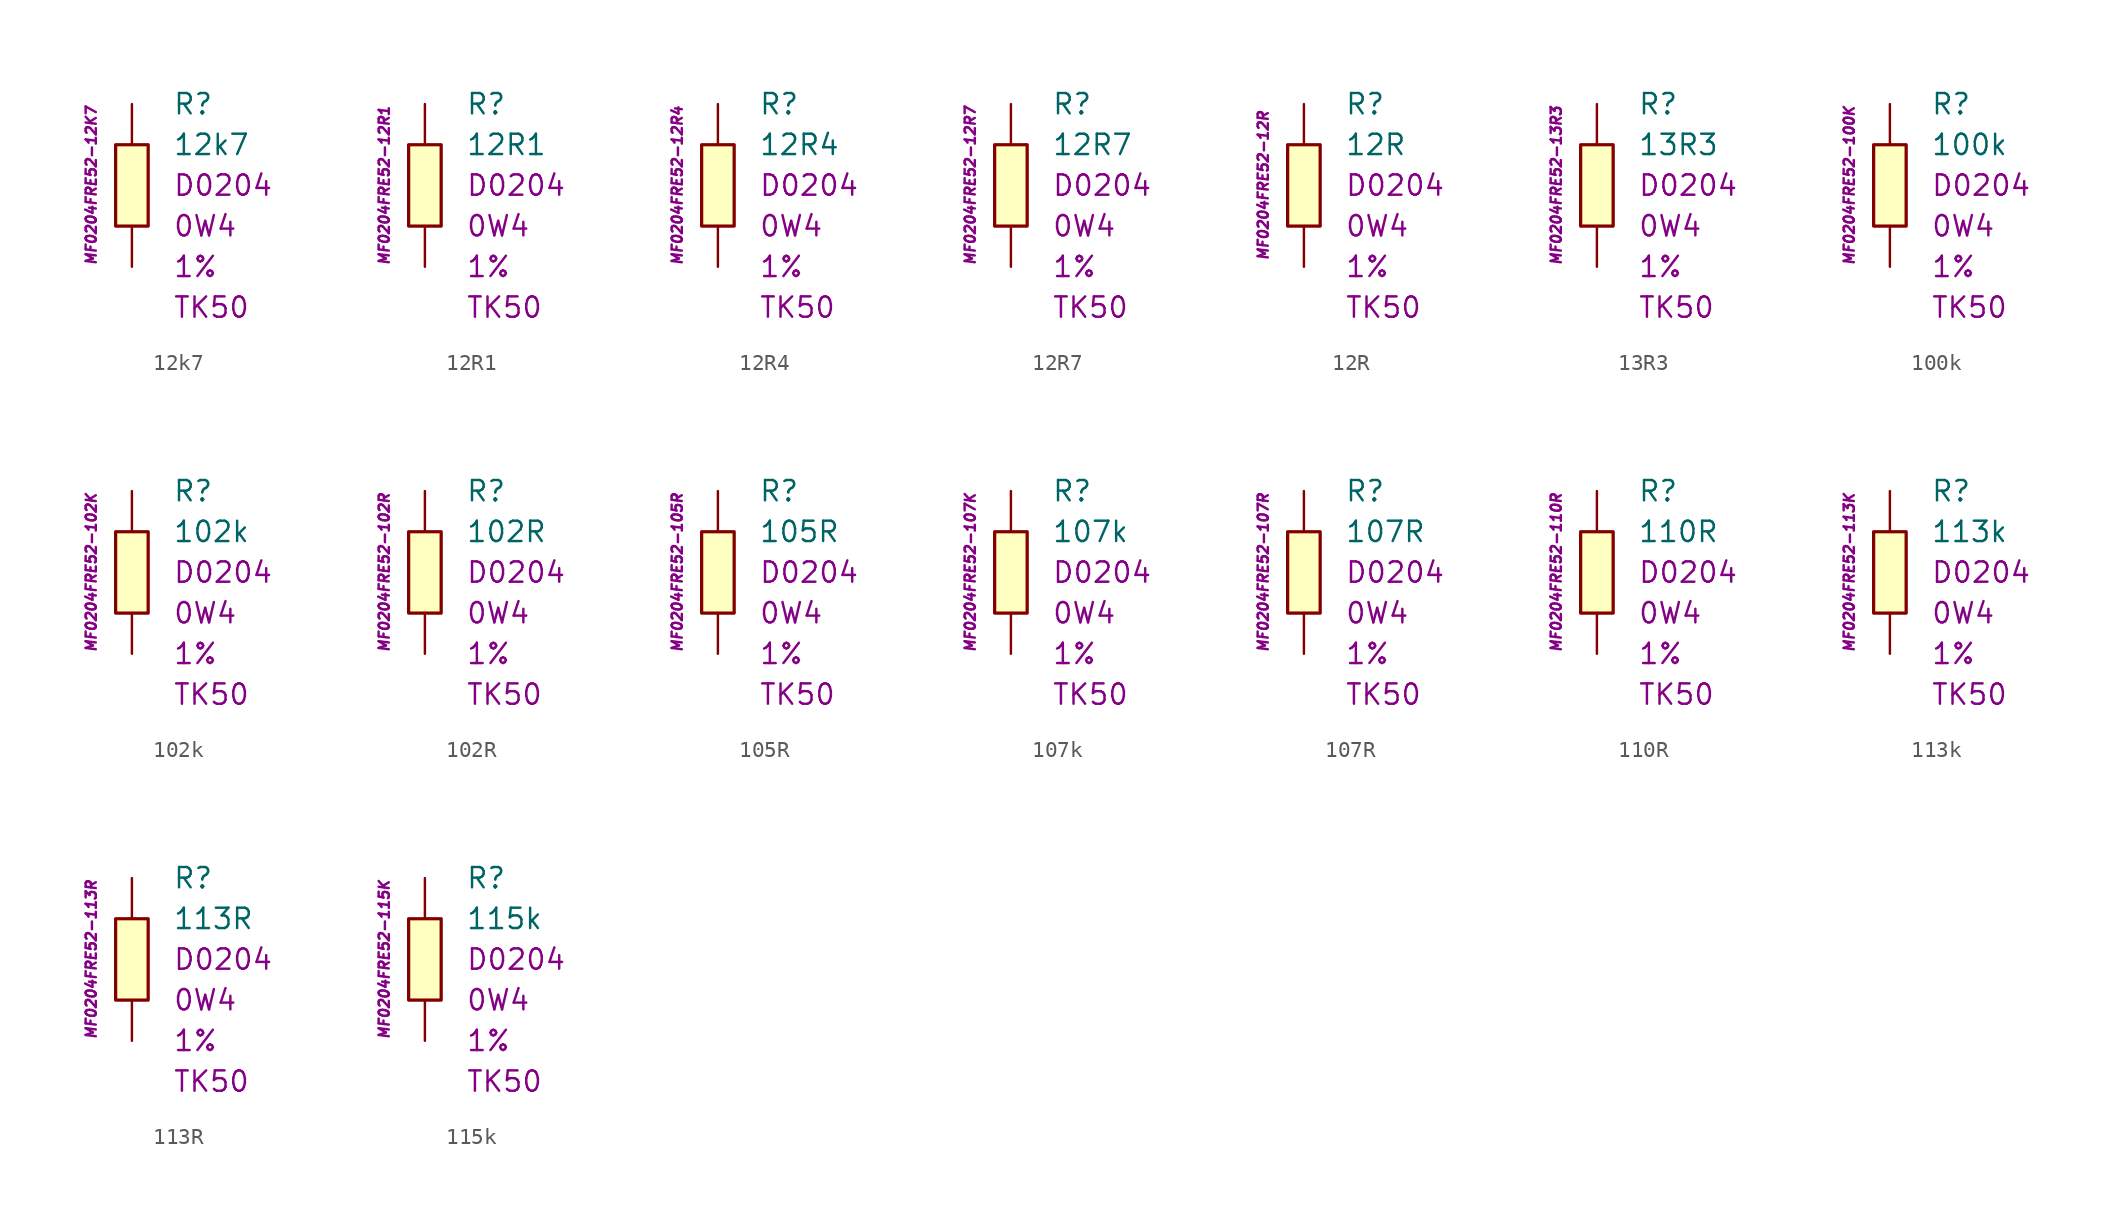
<source format=kicad_sym>
(kicad_symbol_lib
  (version 20201005)
  (generator kicad_symbol_editor)
  (symbol "12k7"
    (pin_numbers hide)
    (pin_names
      (offset 1.016) hide)
    (property "Reference" "R"
      (at 2.54 5.08 0)
      (effects (font (size 1.27 1.27)) (justify left)))
    (property "Value" "12k7"
      (at 2.54 2.54 0)
      (effects (font (size 1.27 1.27)) (justify left)))
    (property "Package" "D0204"
      (at 2.54 0 0)
      (effects (font (size 1.27 1.27)) (justify left)))
    (property "Power" "0W4"
      (at 2.54 -2.54 0)
      (effects (font (size 1.27 1.27)) (justify left)))
    (property "Tolerance" "1%"
      (at 2.54 -5.08 0)
      (effects (font (size 1.27 1.27)) (justify left)))
    (property "TK" "TK50"
      (at 2.54 -7.62 0)
      (effects (font (size 1.27 1.27)) (justify left)))
    (property "ID" "MF0204FRE52-12K7"
      (at -2.54 0 90)
      (effects (font (size 0.635 0.635) italic)))
    (symbol "12k7_0_1"
      (rectangle (start -1.016 2.54) (end 1.016 -2.54) (stroke (width 0.203)) (fill (type background))))
    (symbol "12k7_1_1"
      (pin passive line (at 0 5.08 270) (length 2.54) (name "~" (effects (font (size 1.778 1.778)))) (number "1" (effects (font (size 1.778 1.778)))))
      (pin passive line (at 0 -5.08 90) (length 2.54) (name "~" (effects (font (size 1.778 1.778)))) (number "2" (effects (font (size 1.778 1.778)))))))
  (symbol "12R1"
    (pin_numbers hide)
    (pin_names
      (offset 1.016) hide)
    (property "Reference" "R"
      (at 2.54 5.08 0)
      (effects (font (size 1.27 1.27)) (justify left)))
    (property "Value" "12R1"
      (at 2.54 2.54 0)
      (effects (font (size 1.27 1.27)) (justify left)))
    (property "Package" "D0204"
      (at 2.54 0 0)
      (effects (font (size 1.27 1.27)) (justify left)))
    (property "Power" "0W4"
      (at 2.54 -2.54 0)
      (effects (font (size 1.27 1.27)) (justify left)))
    (property "Tolerance" "1%"
      (at 2.54 -5.08 0)
      (effects (font (size 1.27 1.27)) (justify left)))
    (property "TK" "TK50"
      (at 2.54 -7.62 0)
      (effects (font (size 1.27 1.27)) (justify left)))
    (property "ID" "MF0204FRE52-12R1"
      (at -2.54 0 90)
      (effects (font (size 0.635 0.635) italic)))
    (symbol "12R1_0_1"
      (rectangle (start -1.016 2.54) (end 1.016 -2.54) (stroke (width 0.203)) (fill (type background))))
    (symbol "12R1_1_1"
      (pin passive line (at 0 5.08 270) (length 2.54) (name "~" (effects (font (size 1.778 1.778)))) (number "1" (effects (font (size 1.778 1.778)))))
      (pin passive line (at 0 -5.08 90) (length 2.54) (name "~" (effects (font (size 1.778 1.778)))) (number "2" (effects (font (size 1.778 1.778)))))))
  (symbol "12R4"
    (pin_numbers hide)
    (pin_names
      (offset 1.016) hide)
    (property "Reference" "R"
      (at 2.54 5.08 0)
      (effects (font (size 1.27 1.27)) (justify left)))
    (property "Value" "12R4"
      (at 2.54 2.54 0)
      (effects (font (size 1.27 1.27)) (justify left)))
    (property "Package" "D0204"
      (at 2.54 0 0)
      (effects (font (size 1.27 1.27)) (justify left)))
    (property "Power" "0W4"
      (at 2.54 -2.54 0)
      (effects (font (size 1.27 1.27)) (justify left)))
    (property "Tolerance" "1%"
      (at 2.54 -5.08 0)
      (effects (font (size 1.27 1.27)) (justify left)))
    (property "TK" "TK50"
      (at 2.54 -7.62 0)
      (effects (font (size 1.27 1.27)) (justify left)))
    (property "ID" "MF0204FRE52-12R4"
      (at -2.54 0 90)
      (effects (font (size 0.635 0.635) italic)))
    (symbol "12R4_0_1"
      (rectangle (start -1.016 2.54) (end 1.016 -2.54) (stroke (width 0.203)) (fill (type background))))
    (symbol "12R4_1_1"
      (pin passive line (at 0 5.08 270) (length 2.54) (name "~" (effects (font (size 1.778 1.778)))) (number "1" (effects (font (size 1.778 1.778)))))
      (pin passive line (at 0 -5.08 90) (length 2.54) (name "~" (effects (font (size 1.778 1.778)))) (number "2" (effects (font (size 1.778 1.778)))))))
  (symbol "12R7"
    (pin_numbers hide)
    (pin_names
      (offset 1.016) hide)
    (property "Reference" "R"
      (at 2.54 5.08 0)
      (effects (font (size 1.27 1.27)) (justify left)))
    (property "Value" "12R7"
      (at 2.54 2.54 0)
      (effects (font (size 1.27 1.27)) (justify left)))
    (property "Package" "D0204"
      (at 2.54 0 0)
      (effects (font (size 1.27 1.27)) (justify left)))
    (property "Power" "0W4"
      (at 2.54 -2.54 0)
      (effects (font (size 1.27 1.27)) (justify left)))
    (property "Tolerance" "1%"
      (at 2.54 -5.08 0)
      (effects (font (size 1.27 1.27)) (justify left)))
    (property "TK" "TK50"
      (at 2.54 -7.62 0)
      (effects (font (size 1.27 1.27)) (justify left)))
    (property "ID" "MF0204FRE52-12R7"
      (at -2.54 0 90)
      (effects (font (size 0.635 0.635) italic)))
    (symbol "12R7_0_1"
      (rectangle (start -1.016 2.54) (end 1.016 -2.54) (stroke (width 0.203)) (fill (type background))))
    (symbol "12R7_1_1"
      (pin passive line (at 0 5.08 270) (length 2.54) (name "~" (effects (font (size 1.778 1.778)))) (number "1" (effects (font (size 1.778 1.778)))))
      (pin passive line (at 0 -5.08 90) (length 2.54) (name "~" (effects (font (size 1.778 1.778)))) (number "2" (effects (font (size 1.778 1.778)))))))
  (symbol "12R"
    (pin_numbers hide)
    (pin_names
      (offset 1.016) hide)
    (property "Reference" "R"
      (at 2.54 5.08 0)
      (effects (font (size 1.27 1.27)) (justify left)))
    (property "Value" "12R"
      (at 2.54 2.54 0)
      (effects (font (size 1.27 1.27)) (justify left)))
    (property "Package" "D0204"
      (at 2.54 0 0)
      (effects (font (size 1.27 1.27)) (justify left)))
    (property "Power" "0W4"
      (at 2.54 -2.54 0)
      (effects (font (size 1.27 1.27)) (justify left)))
    (property "Tolerance" "1%"
      (at 2.54 -5.08 0)
      (effects (font (size 1.27 1.27)) (justify left)))
    (property "TK" "TK50"
      (at 2.54 -7.62 0)
      (effects (font (size 1.27 1.27)) (justify left)))
    (property "ID" "MF0204FRE52-12R"
      (at -2.54 0 90)
      (effects (font (size 0.635 0.635) italic)))
    (symbol "12R_0_1"
      (rectangle (start -1.016 2.54) (end 1.016 -2.54) (stroke (width 0.203)) (fill (type background))))
    (symbol "12R_1_1"
      (pin passive line (at 0 5.08 270) (length 2.54) (name "~" (effects (font (size 1.778 1.778)))) (number "1" (effects (font (size 1.778 1.778)))))
      (pin passive line (at 0 -5.08 90) (length 2.54) (name "~" (effects (font (size 1.778 1.778)))) (number "2" (effects (font (size 1.778 1.778)))))))
  (symbol "13R3"
    (pin_numbers hide)
    (pin_names
      (offset 1.016) hide)
    (property "Reference" "R"
      (at 2.54 5.08 0)
      (effects (font (size 1.27 1.27)) (justify left)))
    (property "Value" "13R3"
      (at 2.54 2.54 0)
      (effects (font (size 1.27 1.27)) (justify left)))
    (property "Package" "D0204"
      (at 2.54 0 0)
      (effects (font (size 1.27 1.27)) (justify left)))
    (property "Power" "0W4"
      (at 2.54 -2.54 0)
      (effects (font (size 1.27 1.27)) (justify left)))
    (property "Tolerance" "1%"
      (at 2.54 -5.08 0)
      (effects (font (size 1.27 1.27)) (justify left)))
    (property "TK" "TK50"
      (at 2.54 -7.62 0)
      (effects (font (size 1.27 1.27)) (justify left)))
    (property "ID" "MF0204FRE52-13R3"
      (at -2.54 0 90)
      (effects (font (size 0.635 0.635) italic)))
    (symbol "13R3_0_1"
      (rectangle (start -1.016 2.54) (end 1.016 -2.54) (stroke (width 0.203)) (fill (type background))))
    (symbol "13R3_1_1"
      (pin passive line (at 0 5.08 270) (length 2.54) (name "~" (effects (font (size 1.778 1.778)))) (number "1" (effects (font (size 1.778 1.778)))))
      (pin passive line (at 0 -5.08 90) (length 2.54) (name "~" (effects (font (size 1.778 1.778)))) (number "2" (effects (font (size 1.778 1.778)))))))
  (symbol "100k"
    (pin_numbers hide)
    (pin_names
      (offset 1.016) hide)
    (property "Reference" "R"
      (at 2.54 5.08 0)
      (effects (font (size 1.27 1.27)) (justify left)))
    (property "Value" "100k"
      (at 2.54 2.54 0)
      (effects (font (size 1.27 1.27)) (justify left)))
    (property "Package" "D0204"
      (at 2.54 0 0)
      (effects (font (size 1.27 1.27)) (justify left)))
    (property "Power" "0W4"
      (at 2.54 -2.54 0)
      (effects (font (size 1.27 1.27)) (justify left)))
    (property "Tolerance" "1%"
      (at 2.54 -5.08 0)
      (effects (font (size 1.27 1.27)) (justify left)))
    (property "TK" "TK50"
      (at 2.54 -7.62 0)
      (effects (font (size 1.27 1.27)) (justify left)))
    (property "ID" "MF0204FRE52-100K"
      (at -2.54 0 90)
      (effects (font (size 0.635 0.635) italic)))
    (symbol "100k_0_1"
      (rectangle (start -1.016 2.54) (end 1.016 -2.54) (stroke (width 0.203)) (fill (type background))))
    (symbol "100k_1_1"
      (pin passive line (at 0 5.08 270) (length 2.54) (name "~" (effects (font (size 1.778 1.778)))) (number "1" (effects (font (size 1.778 1.778)))))
      (pin passive line (at 0 -5.08 90) (length 2.54) (name "~" (effects (font (size 1.778 1.778)))) (number "2" (effects (font (size 1.778 1.778)))))))
  (symbol "102k"
    (pin_numbers hide)
    (pin_names
      (offset 1.016) hide)
    (property "Reference" "R"
      (at 2.54 5.08 0)
      (effects (font (size 1.27 1.27)) (justify left)))
    (property "Value" "102k"
      (at 2.54 2.54 0)
      (effects (font (size 1.27 1.27)) (justify left)))
    (property "Package" "D0204"
      (at 2.54 0 0)
      (effects (font (size 1.27 1.27)) (justify left)))
    (property "Power" "0W4"
      (at 2.54 -2.54 0)
      (effects (font (size 1.27 1.27)) (justify left)))
    (property "Tolerance" "1%"
      (at 2.54 -5.08 0)
      (effects (font (size 1.27 1.27)) (justify left)))
    (property "TK" "TK50"
      (at 2.54 -7.62 0)
      (effects (font (size 1.27 1.27)) (justify left)))
    (property "ID" "MF0204FRE52-102K"
      (at -2.54 0 90)
      (effects (font (size 0.635 0.635) italic)))
    (symbol "102k_0_1"
      (rectangle (start -1.016 2.54) (end 1.016 -2.54) (stroke (width 0.203)) (fill (type background))))
    (symbol "102k_1_1"
      (pin passive line (at 0 5.08 270) (length 2.54) (name "~" (effects (font (size 1.778 1.778)))) (number "1" (effects (font (size 1.778 1.778)))))
      (pin passive line (at 0 -5.08 90) (length 2.54) (name "~" (effects (font (size 1.778 1.778)))) (number "2" (effects (font (size 1.778 1.778)))))))
  (symbol "102R"
    (pin_numbers hide)
    (pin_names
      (offset 1.016) hide)
    (property "Reference" "R"
      (at 2.54 5.08 0)
      (effects (font (size 1.27 1.27)) (justify left)))
    (property "Value" "102R"
      (at 2.54 2.54 0)
      (effects (font (size 1.27 1.27)) (justify left)))
    (property "Package" "D0204"
      (at 2.54 0 0)
      (effects (font (size 1.27 1.27)) (justify left)))
    (property "Power" "0W4"
      (at 2.54 -2.54 0)
      (effects (font (size 1.27 1.27)) (justify left)))
    (property "Tolerance" "1%"
      (at 2.54 -5.08 0)
      (effects (font (size 1.27 1.27)) (justify left)))
    (property "TK" "TK50"
      (at 2.54 -7.62 0)
      (effects (font (size 1.27 1.27)) (justify left)))
    (property "ID" "MF0204FRE52-102R"
      (at -2.54 0 90)
      (effects (font (size 0.635 0.635) italic)))
    (symbol "102R_0_1"
      (rectangle (start -1.016 2.54) (end 1.016 -2.54) (stroke (width 0.203)) (fill (type background))))
    (symbol "102R_1_1"
      (pin passive line (at 0 5.08 270) (length 2.54) (name "~" (effects (font (size 1.778 1.778)))) (number "1" (effects (font (size 1.778 1.778)))))
      (pin passive line (at 0 -5.08 90) (length 2.54) (name "~" (effects (font (size 1.778 1.778)))) (number "2" (effects (font (size 1.778 1.778)))))))
  (symbol "105R"
    (pin_numbers hide)
    (pin_names
      (offset 1.016) hide)
    (property "Reference" "R"
      (at 2.54 5.08 0)
      (effects (font (size 1.27 1.27)) (justify left)))
    (property "Value" "105R"
      (at 2.54 2.54 0)
      (effects (font (size 1.27 1.27)) (justify left)))
    (property "Package" "D0204"
      (at 2.54 0 0)
      (effects (font (size 1.27 1.27)) (justify left)))
    (property "Power" "0W4"
      (at 2.54 -2.54 0)
      (effects (font (size 1.27 1.27)) (justify left)))
    (property "Tolerance" "1%"
      (at 2.54 -5.08 0)
      (effects (font (size 1.27 1.27)) (justify left)))
    (property "TK" "TK50"
      (at 2.54 -7.62 0)
      (effects (font (size 1.27 1.27)) (justify left)))
    (property "ID" "MF0204FRE52-105R"
      (at -2.54 0 90)
      (effects (font (size 0.635 0.635) italic)))
    (symbol "105R_0_1"
      (rectangle (start -1.016 2.54) (end 1.016 -2.54) (stroke (width 0.203)) (fill (type background))))
    (symbol "105R_1_1"
      (pin passive line (at 0 5.08 270) (length 2.54) (name "~" (effects (font (size 1.778 1.778)))) (number "1" (effects (font (size 1.778 1.778)))))
      (pin passive line (at 0 -5.08 90) (length 2.54) (name "~" (effects (font (size 1.778 1.778)))) (number "2" (effects (font (size 1.778 1.778)))))))
  (symbol "107k"
    (pin_numbers hide)
    (pin_names
      (offset 1.016) hide)
    (property "Reference" "R"
      (at 2.54 5.08 0)
      (effects (font (size 1.27 1.27)) (justify left)))
    (property "Value" "107k"
      (at 2.54 2.54 0)
      (effects (font (size 1.27 1.27)) (justify left)))
    (property "Package" "D0204"
      (at 2.54 0 0)
      (effects (font (size 1.27 1.27)) (justify left)))
    (property "Power" "0W4"
      (at 2.54 -2.54 0)
      (effects (font (size 1.27 1.27)) (justify left)))
    (property "Tolerance" "1%"
      (at 2.54 -5.08 0)
      (effects (font (size 1.27 1.27)) (justify left)))
    (property "TK" "TK50"
      (at 2.54 -7.62 0)
      (effects (font (size 1.27 1.27)) (justify left)))
    (property "ID" "MF0204FRE52-107K"
      (at -2.54 0 90)
      (effects (font (size 0.635 0.635) italic)))
    (symbol "107k_0_1"
      (rectangle (start -1.016 2.54) (end 1.016 -2.54) (stroke (width 0.203)) (fill (type background))))
    (symbol "107k_1_1"
      (pin passive line (at 0 5.08 270) (length 2.54) (name "~" (effects (font (size 1.778 1.778)))) (number "1" (effects (font (size 1.778 1.778)))))
      (pin passive line (at 0 -5.08 90) (length 2.54) (name "~" (effects (font (size 1.778 1.778)))) (number "2" (effects (font (size 1.778 1.778)))))))
  (symbol "107R"
    (pin_numbers hide)
    (pin_names
      (offset 1.016) hide)
    (property "Reference" "R"
      (at 2.54 5.08 0)
      (effects (font (size 1.27 1.27)) (justify left)))
    (property "Value" "107R"
      (at 2.54 2.54 0)
      (effects (font (size 1.27 1.27)) (justify left)))
    (property "Package" "D0204"
      (at 2.54 0 0)
      (effects (font (size 1.27 1.27)) (justify left)))
    (property "Power" "0W4"
      (at 2.54 -2.54 0)
      (effects (font (size 1.27 1.27)) (justify left)))
    (property "Tolerance" "1%"
      (at 2.54 -5.08 0)
      (effects (font (size 1.27 1.27)) (justify left)))
    (property "TK" "TK50"
      (at 2.54 -7.62 0)
      (effects (font (size 1.27 1.27)) (justify left)))
    (property "ID" "MF0204FRE52-107R"
      (at -2.54 0 90)
      (effects (font (size 0.635 0.635) italic)))
    (symbol "107R_0_1"
      (rectangle (start -1.016 2.54) (end 1.016 -2.54) (stroke (width 0.203)) (fill (type background))))
    (symbol "107R_1_1"
      (pin passive line (at 0 5.08 270) (length 2.54) (name "~" (effects (font (size 1.778 1.778)))) (number "1" (effects (font (size 1.778 1.778)))))
      (pin passive line (at 0 -5.08 90) (length 2.54) (name "~" (effects (font (size 1.778 1.778)))) (number "2" (effects (font (size 1.778 1.778)))))))
  (symbol "110R"
    (pin_numbers hide)
    (pin_names
      (offset 1.016) hide)
    (property "Reference" "R"
      (at 2.54 5.08 0)
      (effects (font (size 1.27 1.27)) (justify left)))
    (property "Value" "110R"
      (at 2.54 2.54 0)
      (effects (font (size 1.27 1.27)) (justify left)))
    (property "Package" "D0204"
      (at 2.54 0 0)
      (effects (font (size 1.27 1.27)) (justify left)))
    (property "Power" "0W4"
      (at 2.54 -2.54 0)
      (effects (font (size 1.27 1.27)) (justify left)))
    (property "Tolerance" "1%"
      (at 2.54 -5.08 0)
      (effects (font (size 1.27 1.27)) (justify left)))
    (property "TK" "TK50"
      (at 2.54 -7.62 0)
      (effects (font (size 1.27 1.27)) (justify left)))
    (property "ID" "MF0204FRE52-110R"
      (at -2.54 0 90)
      (effects (font (size 0.635 0.635) italic)))
    (symbol "110R_0_1"
      (rectangle (start -1.016 2.54) (end 1.016 -2.54) (stroke (width 0.203)) (fill (type background))))
    (symbol "110R_1_1"
      (pin passive line (at 0 5.08 270) (length 2.54) (name "~" (effects (font (size 1.778 1.778)))) (number "1" (effects (font (size 1.778 1.778)))))
      (pin passive line (at 0 -5.08 90) (length 2.54) (name "~" (effects (font (size 1.778 1.778)))) (number "2" (effects (font (size 1.778 1.778)))))))
  (symbol "113k"
    (pin_numbers hide)
    (pin_names
      (offset 1.016) hide)
    (property "Reference" "R"
      (at 2.54 5.08 0)
      (effects (font (size 1.27 1.27)) (justify left)))
    (property "Value" "113k"
      (at 2.54 2.54 0)
      (effects (font (size 1.27 1.27)) (justify left)))
    (property "Package" "D0204"
      (at 2.54 0 0)
      (effects (font (size 1.27 1.27)) (justify left)))
    (property "Power" "0W4"
      (at 2.54 -2.54 0)
      (effects (font (size 1.27 1.27)) (justify left)))
    (property "Tolerance" "1%"
      (at 2.54 -5.08 0)
      (effects (font (size 1.27 1.27)) (justify left)))
    (property "TK" "TK50"
      (at 2.54 -7.62 0)
      (effects (font (size 1.27 1.27)) (justify left)))
    (property "ID" "MF0204FRE52-113K"
      (at -2.54 0 90)
      (effects (font (size 0.635 0.635) italic)))
    (symbol "113k_0_1"
      (rectangle (start -1.016 2.54) (end 1.016 -2.54) (stroke (width 0.203)) (fill (type background))))
    (symbol "113k_1_1"
      (pin passive line (at 0 5.08 270) (length 2.54) (name "~" (effects (font (size 1.778 1.778)))) (number "1" (effects (font (size 1.778 1.778)))))
      (pin passive line (at 0 -5.08 90) (length 2.54) (name "~" (effects (font (size 1.778 1.778)))) (number "2" (effects (font (size 1.778 1.778)))))))
  (symbol "113R"
    (pin_numbers hide)
    (pin_names
      (offset 1.016) hide)
    (property "Reference" "R"
      (at 2.54 5.08 0)
      (effects (font (size 1.27 1.27)) (justify left)))
    (property "Value" "113R"
      (at 2.54 2.54 0)
      (effects (font (size 1.27 1.27)) (justify left)))
    (property "Package" "D0204"
      (at 2.54 0 0)
      (effects (font (size 1.27 1.27)) (justify left)))
    (property "Power" "0W4"
      (at 2.54 -2.54 0)
      (effects (font (size 1.27 1.27)) (justify left)))
    (property "Tolerance" "1%"
      (at 2.54 -5.08 0)
      (effects (font (size 1.27 1.27)) (justify left)))
    (property "TK" "TK50"
      (at 2.54 -7.62 0)
      (effects (font (size 1.27 1.27)) (justify left)))
    (property "ID" "MF0204FRE52-113R"
      (at -2.54 0 90)
      (effects (font (size 0.635 0.635) italic)))
    (symbol "113R_0_1"
      (rectangle (start -1.016 2.54) (end 1.016 -2.54) (stroke (width 0.203)) (fill (type background))))
    (symbol "113R_1_1"
      (pin passive line (at 0 5.08 270) (length 2.54) (name "~" (effects (font (size 1.778 1.778)))) (number "1" (effects (font (size 1.778 1.778)))))
      (pin passive line (at 0 -5.08 90) (length 2.54) (name "~" (effects (font (size 1.778 1.778)))) (number "2" (effects (font (size 1.778 1.778)))))))
  (symbol "115k"
    (pin_numbers hide)
    (pin_names
      (offset 1.016) hide)
    (property "Reference" "R"
      (at 2.54 5.08 0)
      (effects (font (size 1.27 1.27)) (justify left)))
    (property "Value" "115k"
      (at 2.54 2.54 0)
      (effects (font (size 1.27 1.27)) (justify left)))
    (property "Package" "D0204"
      (at 2.54 0 0)
      (effects (font (size 1.27 1.27)) (justify left)))
    (property "Power" "0W4"
      (at 2.54 -2.54 0)
      (effects (font (size 1.27 1.27)) (justify left)))
    (property "Tolerance" "1%"
      (at 2.54 -5.08 0)
      (effects (font (size 1.27 1.27)) (justify left)))
    (property "TK" "TK50"
      (at 2.54 -7.62 0)
      (effects (font (size 1.27 1.27)) (justify left)))
    (property "ID" "MF0204FRE52-115K"
      (at -2.54 0 90)
      (effects (font (size 0.635 0.635) italic)))
    (symbol "115k_0_1"
      (rectangle (start -1.016 2.54) (end 1.016 -2.54) (stroke (width 0.203)) (fill (type background))))
    (symbol "115k_1_1"
      (pin passive line (at 0 5.08 270) (length 2.54) (name "~" (effects (font (size 1.778 1.778)))) (number "1" (effects (font (size 1.778 1.778)))))
      (pin passive line (at 0 -5.08 90) (length 2.54) (name "~" (effects (font (size 1.778 1.778)))) (number "2" (effects (font (size 1.778 1.778))))))))
</source>
